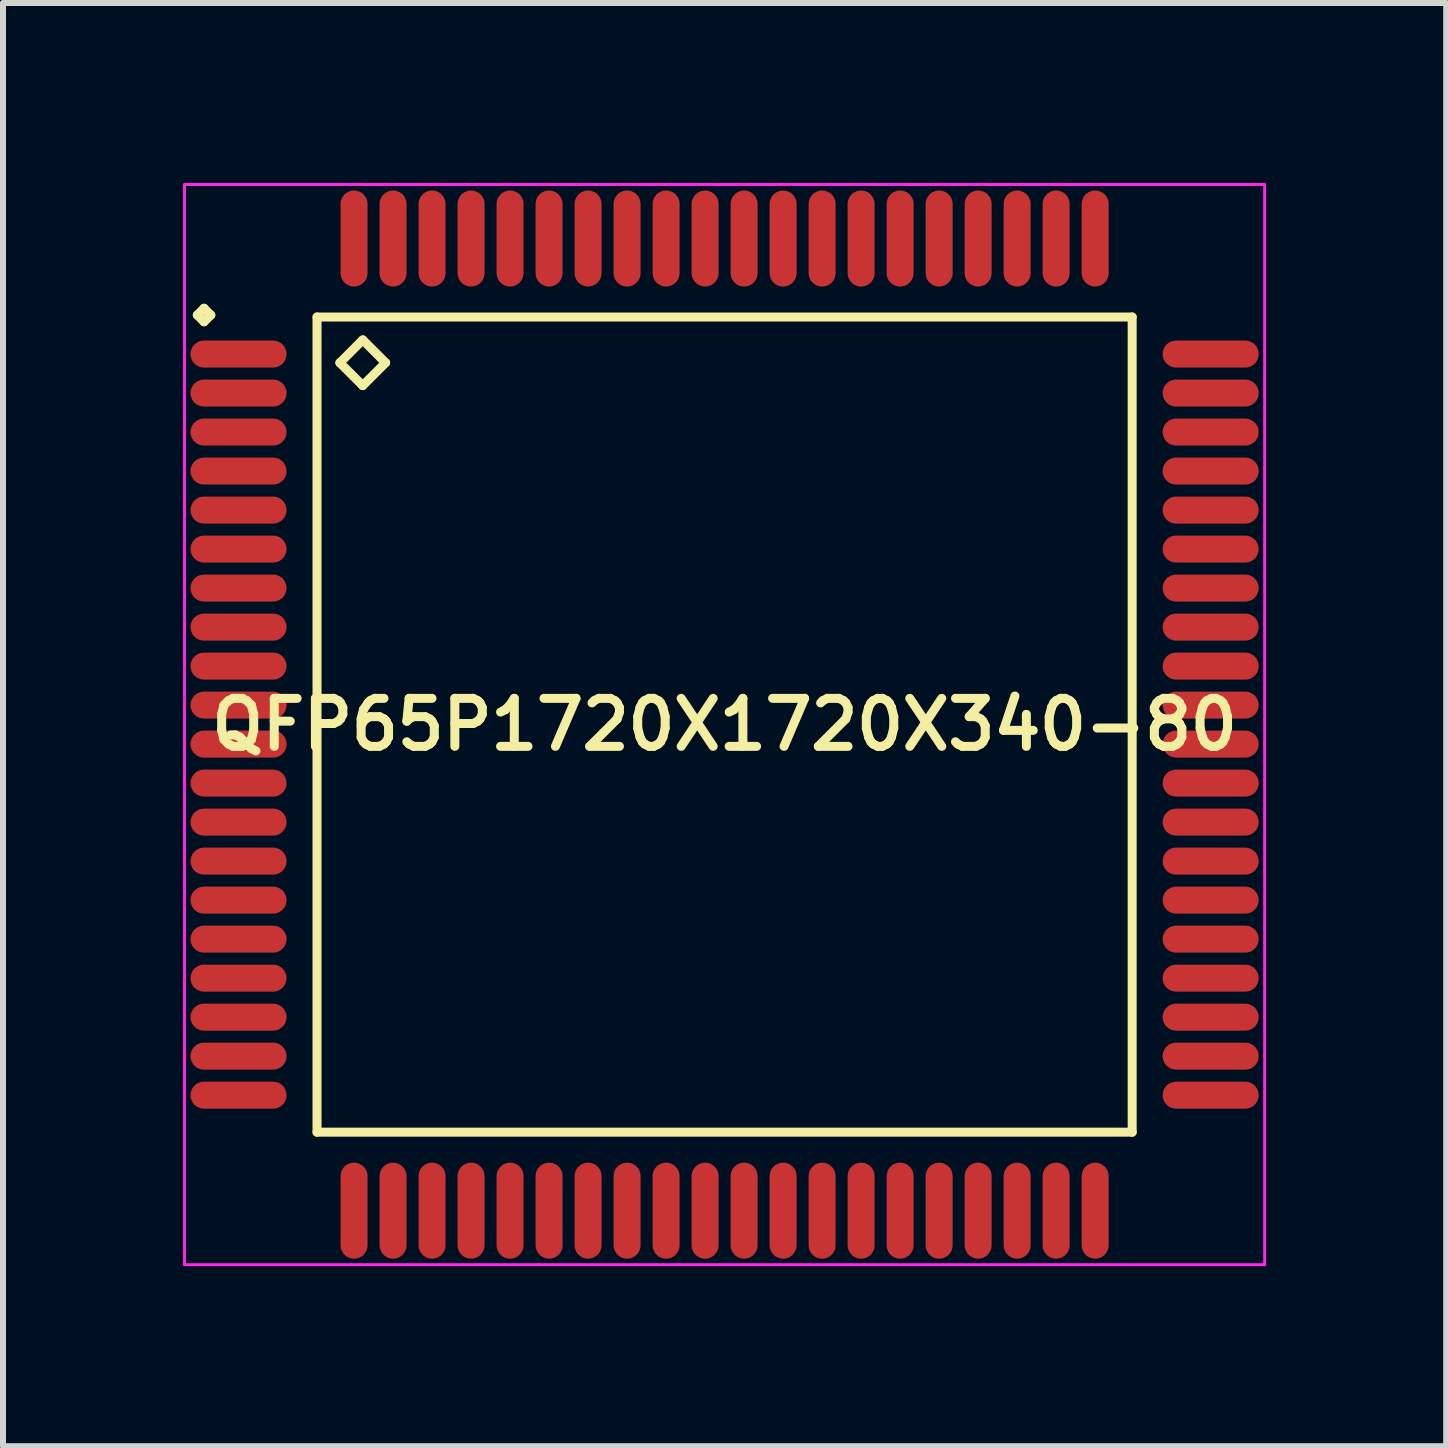
<source format=kicad_pcb>
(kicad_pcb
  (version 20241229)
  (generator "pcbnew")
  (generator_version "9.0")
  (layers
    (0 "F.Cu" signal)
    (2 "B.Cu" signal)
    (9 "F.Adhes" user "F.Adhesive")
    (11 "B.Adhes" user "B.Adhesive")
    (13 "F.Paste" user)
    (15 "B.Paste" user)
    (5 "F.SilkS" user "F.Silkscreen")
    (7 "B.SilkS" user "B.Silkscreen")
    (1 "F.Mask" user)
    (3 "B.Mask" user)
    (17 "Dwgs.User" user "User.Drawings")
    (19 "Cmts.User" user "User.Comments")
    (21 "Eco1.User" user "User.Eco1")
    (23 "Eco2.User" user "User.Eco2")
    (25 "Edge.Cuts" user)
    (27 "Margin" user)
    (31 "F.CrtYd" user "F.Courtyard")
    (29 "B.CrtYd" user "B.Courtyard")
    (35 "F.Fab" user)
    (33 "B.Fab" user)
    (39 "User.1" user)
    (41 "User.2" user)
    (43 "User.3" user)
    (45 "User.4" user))
  (footprint "QFP65P1720X1720X340-80"
    (layer "F.Cu")
    (at 9.025 9.025)
    (property "Reference" "QFP65P1720X1720X340-80" (at 0 0 0) (layer "F.SilkS") (effects (font (size 0.8 0.8) (thickness 0.15))))
    (attr smd)
    (fp_line (start -8.787 -6.825) (end -8.675 -6.938) (stroke (width 0.15) (type solid)) (layer "F.SilkS"))
    (fp_line (start -8.675 -6.938) (end -8.562 -6.825) (stroke (width 0.15) (type solid)) (layer "F.SilkS"))
    (fp_line (start -8.675 -6.713) (end -8.787 -6.825) (stroke (width 0.15) (type solid)) (layer "F.SilkS"))
    (fp_line (start -8.562 -6.825) (end -8.675 -6.713) (stroke (width 0.15) (type solid)) (layer "F.SilkS"))
    (fp_line (start -6.792 -6.792) (end -6.792 6.792) (stroke (width 0.15) (type solid)) (layer "F.SilkS"))
    (fp_line (start -6.792 6.792) (end 6.792 6.792) (stroke (width 0.15) (type solid)) (layer "F.SilkS"))
    (fp_line (start -6.411 -6.03) (end -6.03 -6.411) (stroke (width 0.15) (type solid)) (layer "F.SilkS"))
    (fp_line (start -6.03 -6.411) (end -5.649 -6.03) (stroke (width 0.15) (type solid)) (layer "F.SilkS"))
    (fp_line (start -6.03 -5.649) (end -6.411 -6.03) (stroke (width 0.15) (type solid)) (layer "F.SilkS"))
    (fp_line (start -5.649 -6.03) (end -6.03 -5.649) (stroke (width 0.15) (type solid)) (layer "F.SilkS"))
    (fp_line (start 6.792 -6.792) (end -6.792 -6.792) (stroke (width 0.15) (type solid)) (layer "F.SilkS"))
    (fp_line (start 6.792 6.792) (end 6.792 -6.792) (stroke (width 0.15) (type solid)) (layer "F.SilkS"))
    (fp_line (start -9 -9) (end 9 -9) (stroke (width 0.05) (type solid)) (layer "F.CrtYd"))
    (fp_line (start -9 9) (end -9 -9) (stroke (width 0.05) (type solid)) (layer "F.CrtYd"))
    (fp_line (start 9 -9) (end 9 9) (stroke (width 0.05) (type solid)) (layer "F.CrtYd"))
    (fp_line (start 9 9) (end -9 9) (stroke (width 0.05) (type solid)) (layer "F.CrtYd"))
    (pad "1" smd oval (at -8.1 -6.175) (size 1.6 0.45) (layers "F.Cu" "F.Mask" "F.Paste"))
    (pad "2" smd oval (at -8.1 -5.525) (size 1.6 0.45) (layers "F.Cu" "F.Mask" "F.Paste"))
    (pad "3" smd oval (at -8.1 -4.875) (size 1.6 0.45) (layers "F.Cu" "F.Mask" "F.Paste"))
    (pad "4" smd oval (at -8.1 -4.225) (size 1.6 0.45) (layers "F.Cu" "F.Mask" "F.Paste"))
    (pad "5" smd oval (at -8.1 -3.575) (size 1.6 0.45) (layers "F.Cu" "F.Mask" "F.Paste"))
    (pad "6" smd oval (at -8.1 -2.925) (size 1.6 0.45) (layers "F.Cu" "F.Mask" "F.Paste"))
    (pad "7" smd oval (at -8.1 -2.275) (size 1.6 0.45) (layers "F.Cu" "F.Mask" "F.Paste"))
    (pad "8" smd oval (at -8.1 -1.625) (size 1.6 0.45) (layers "F.Cu" "F.Mask" "F.Paste"))
    (pad "9" smd oval (at -8.1 -0.975) (size 1.6 0.45) (layers "F.Cu" "F.Mask" "F.Paste"))
    (pad "10" smd oval (at -8.1 -0.325) (size 1.6 0.45) (layers "F.Cu" "F.Mask" "F.Paste"))
    (pad "11" smd oval (at -8.1 0.325) (size 1.6 0.45) (layers "F.Cu" "F.Mask" "F.Paste"))
    (pad "12" smd oval (at -8.1 0.975) (size 1.6 0.45) (layers "F.Cu" "F.Mask" "F.Paste"))
    (pad "13" smd oval (at -8.1 1.625) (size 1.6 0.45) (layers "F.Cu" "F.Mask" "F.Paste"))
    (pad "14" smd oval (at -8.1 2.275) (size 1.6 0.45) (layers "F.Cu" "F.Mask" "F.Paste"))
    (pad "15" smd oval (at -8.1 2.925) (size 1.6 0.45) (layers "F.Cu" "F.Mask" "F.Paste"))
    (pad "16" smd oval (at -8.1 3.575) (size 1.6 0.45) (layers "F.Cu" "F.Mask" "F.Paste"))
    (pad "17" smd oval (at -8.1 4.225) (size 1.6 0.45) (layers "F.Cu" "F.Mask" "F.Paste"))
    (pad "18" smd oval (at -8.1 4.875) (size 1.6 0.45) (layers "F.Cu" "F.Mask" "F.Paste"))
    (pad "19" smd oval (at -8.1 5.525) (size 1.6 0.45) (layers "F.Cu" "F.Mask" "F.Paste"))
    (pad "20" smd oval (at -8.1 6.175) (size 1.6 0.45) (layers "F.Cu" "F.Mask" "F.Paste"))
    (pad "21" smd oval (at -6.175 8.1) (size 0.45 1.6) (layers "F.Cu" "F.Mask" "F.Paste"))
    (pad "22" smd oval (at -5.525 8.1) (size 0.45 1.6) (layers "F.Cu" "F.Mask" "F.Paste"))
    (pad "23" smd oval (at -4.875 8.1) (size 0.45 1.6) (layers "F.Cu" "F.Mask" "F.Paste"))
    (pad "24" smd oval (at -4.225 8.1) (size 0.45 1.6) (layers "F.Cu" "F.Mask" "F.Paste"))
    (pad "25" smd oval (at -3.575 8.1) (size 0.45 1.6) (layers "F.Cu" "F.Mask" "F.Paste"))
    (pad "26" smd oval (at -2.925 8.1) (size 0.45 1.6) (layers "F.Cu" "F.Mask" "F.Paste"))
    (pad "27" smd oval (at -2.275 8.1) (size 0.45 1.6) (layers "F.Cu" "F.Mask" "F.Paste"))
    (pad "28" smd oval (at -1.625 8.1) (size 0.45 1.6) (layers "F.Cu" "F.Mask" "F.Paste"))
    (pad "29" smd oval (at -0.975 8.1) (size 0.45 1.6) (layers "F.Cu" "F.Mask" "F.Paste"))
    (pad "30" smd oval (at -0.325 8.1) (size 0.45 1.6) (layers "F.Cu" "F.Mask" "F.Paste"))
    (pad "31" smd oval (at 0.325 8.1) (size 0.45 1.6) (layers "F.Cu" "F.Mask" "F.Paste"))
    (pad "32" smd oval (at 0.975 8.1) (size 0.45 1.6) (layers "F.Cu" "F.Mask" "F.Paste"))
    (pad "33" smd oval (at 1.625 8.1) (size 0.45 1.6) (layers "F.Cu" "F.Mask" "F.Paste"))
    (pad "34" smd oval (at 2.275 8.1) (size 0.45 1.6) (layers "F.Cu" "F.Mask" "F.Paste"))
    (pad "35" smd oval (at 2.925 8.1) (size 0.45 1.6) (layers "F.Cu" "F.Mask" "F.Paste"))
    (pad "36" smd oval (at 3.575 8.1) (size 0.45 1.6) (layers "F.Cu" "F.Mask" "F.Paste"))
    (pad "37" smd oval (at 4.225 8.1) (size 0.45 1.6) (layers "F.Cu" "F.Mask" "F.Paste"))
    (pad "38" smd oval (at 4.875 8.1) (size 0.45 1.6) (layers "F.Cu" "F.Mask" "F.Paste"))
    (pad "39" smd oval (at 5.525 8.1) (size 0.45 1.6) (layers "F.Cu" "F.Mask" "F.Paste"))
    (pad "40" smd oval (at 6.175 8.1) (size 0.45 1.6) (layers "F.Cu" "F.Mask" "F.Paste"))
    (pad "41" smd oval (at 8.1 6.175) (size 1.6 0.45) (layers "F.Cu" "F.Mask" "F.Paste"))
    (pad "42" smd oval (at 8.1 5.525) (size 1.6 0.45) (layers "F.Cu" "F.Mask" "F.Paste"))
    (pad "43" smd oval (at 8.1 4.875) (size 1.6 0.45) (layers "F.Cu" "F.Mask" "F.Paste"))
    (pad "44" smd oval (at 8.1 4.225) (size 1.6 0.45) (layers "F.Cu" "F.Mask" "F.Paste"))
    (pad "45" smd oval (at 8.1 3.575) (size 1.6 0.45) (layers "F.Cu" "F.Mask" "F.Paste"))
    (pad "46" smd oval (at 8.1 2.925) (size 1.6 0.45) (layers "F.Cu" "F.Mask" "F.Paste"))
    (pad "47" smd oval (at 8.1 2.275) (size 1.6 0.45) (layers "F.Cu" "F.Mask" "F.Paste"))
    (pad "48" smd oval (at 8.1 1.625) (size 1.6 0.45) (layers "F.Cu" "F.Mask" "F.Paste"))
    (pad "49" smd oval (at 8.1 0.975) (size 1.6 0.45) (layers "F.Cu" "F.Mask" "F.Paste"))
    (pad "50" smd oval (at 8.1 0.325) (size 1.6 0.45) (layers "F.Cu" "F.Mask" "F.Paste"))
    (pad "51" smd oval (at 8.1 -0.325) (size 1.6 0.45) (layers "F.Cu" "F.Mask" "F.Paste"))
    (pad "52" smd oval (at 8.1 -0.975) (size 1.6 0.45) (layers "F.Cu" "F.Mask" "F.Paste"))
    (pad "53" smd oval (at 8.1 -1.625) (size 1.6 0.45) (layers "F.Cu" "F.Mask" "F.Paste"))
    (pad "54" smd oval (at 8.1 -2.275) (size 1.6 0.45) (layers "F.Cu" "F.Mask" "F.Paste"))
    (pad "55" smd oval (at 8.1 -2.925) (size 1.6 0.45) (layers "F.Cu" "F.Mask" "F.Paste"))
    (pad "56" smd oval (at 8.1 -3.575) (size 1.6 0.45) (layers "F.Cu" "F.Mask" "F.Paste"))
    (pad "57" smd oval (at 8.1 -4.225) (size 1.6 0.45) (layers "F.Cu" "F.Mask" "F.Paste"))
    (pad "58" smd oval (at 8.1 -4.875) (size 1.6 0.45) (layers "F.Cu" "F.Mask" "F.Paste"))
    (pad "59" smd oval (at 8.1 -5.525) (size 1.6 0.45) (layers "F.Cu" "F.Mask" "F.Paste"))
    (pad "60" smd oval (at 8.1 -6.175) (size 1.6 0.45) (layers "F.Cu" "F.Mask" "F.Paste"))
    (pad "61" smd oval (at 6.175 -8.1) (size 0.45 1.6) (layers "F.Cu" "F.Mask" "F.Paste"))
    (pad "62" smd oval (at 5.525 -8.1) (size 0.45 1.6) (layers "F.Cu" "F.Mask" "F.Paste"))
    (pad "63" smd oval (at 4.875 -8.1) (size 0.45 1.6) (layers "F.Cu" "F.Mask" "F.Paste"))
    (pad "64" smd oval (at 4.225 -8.1) (size 0.45 1.6) (layers "F.Cu" "F.Mask" "F.Paste"))
    (pad "65" smd oval (at 3.575 -8.1) (size 0.45 1.6) (layers "F.Cu" "F.Mask" "F.Paste"))
    (pad "66" smd oval (at 2.925 -8.1) (size 0.45 1.6) (layers "F.Cu" "F.Mask" "F.Paste"))
    (pad "67" smd oval (at 2.275 -8.1) (size 0.45 1.6) (layers "F.Cu" "F.Mask" "F.Paste"))
    (pad "68" smd oval (at 1.625 -8.1) (size 0.45 1.6) (layers "F.Cu" "F.Mask" "F.Paste"))
    (pad "69" smd oval (at 0.975 -8.1) (size 0.45 1.6) (layers "F.Cu" "F.Mask" "F.Paste"))
    (pad "70" smd oval (at 0.325 -8.1) (size 0.45 1.6) (layers "F.Cu" "F.Mask" "F.Paste"))
    (pad "71" smd oval (at -0.325 -8.1) (size 0.45 1.6) (layers "F.Cu" "F.Mask" "F.Paste"))
    (pad "72" smd oval (at -0.975 -8.1) (size 0.45 1.6) (layers "F.Cu" "F.Mask" "F.Paste"))
    (pad "73" smd oval (at -1.625 -8.1) (size 0.45 1.6) (layers "F.Cu" "F.Mask" "F.Paste"))
    (pad "74" smd oval (at -2.275 -8.1) (size 0.45 1.6) (layers "F.Cu" "F.Mask" "F.Paste"))
    (pad "75" smd oval (at -2.925 -8.1) (size 0.45 1.6) (layers "F.Cu" "F.Mask" "F.Paste"))
    (pad "76" smd oval (at -3.575 -8.1) (size 0.45 1.6) (layers "F.Cu" "F.Mask" "F.Paste"))
    (pad "77" smd oval (at -4.225 -8.1) (size 0.45 1.6) (layers "F.Cu" "F.Mask" "F.Paste"))
    (pad "78" smd oval (at -4.875 -8.1) (size 0.45 1.6) (layers "F.Cu" "F.Mask" "F.Paste"))
    (pad "79" smd oval (at -5.525 -8.1) (size 0.45 1.6) (layers "F.Cu" "F.Mask" "F.Paste"))
    (pad "80" smd oval (at -6.175 -8.1) (size 0.45 1.6) (layers "F.Cu" "F.Mask" "F.Paste")))
  (gr_rect
    (start -3 -3)
    (end 21.05 21.05)
    (stroke (width 0.1) (type default))
    (fill no)
    (layer "Edge.Cuts")))
</source>
